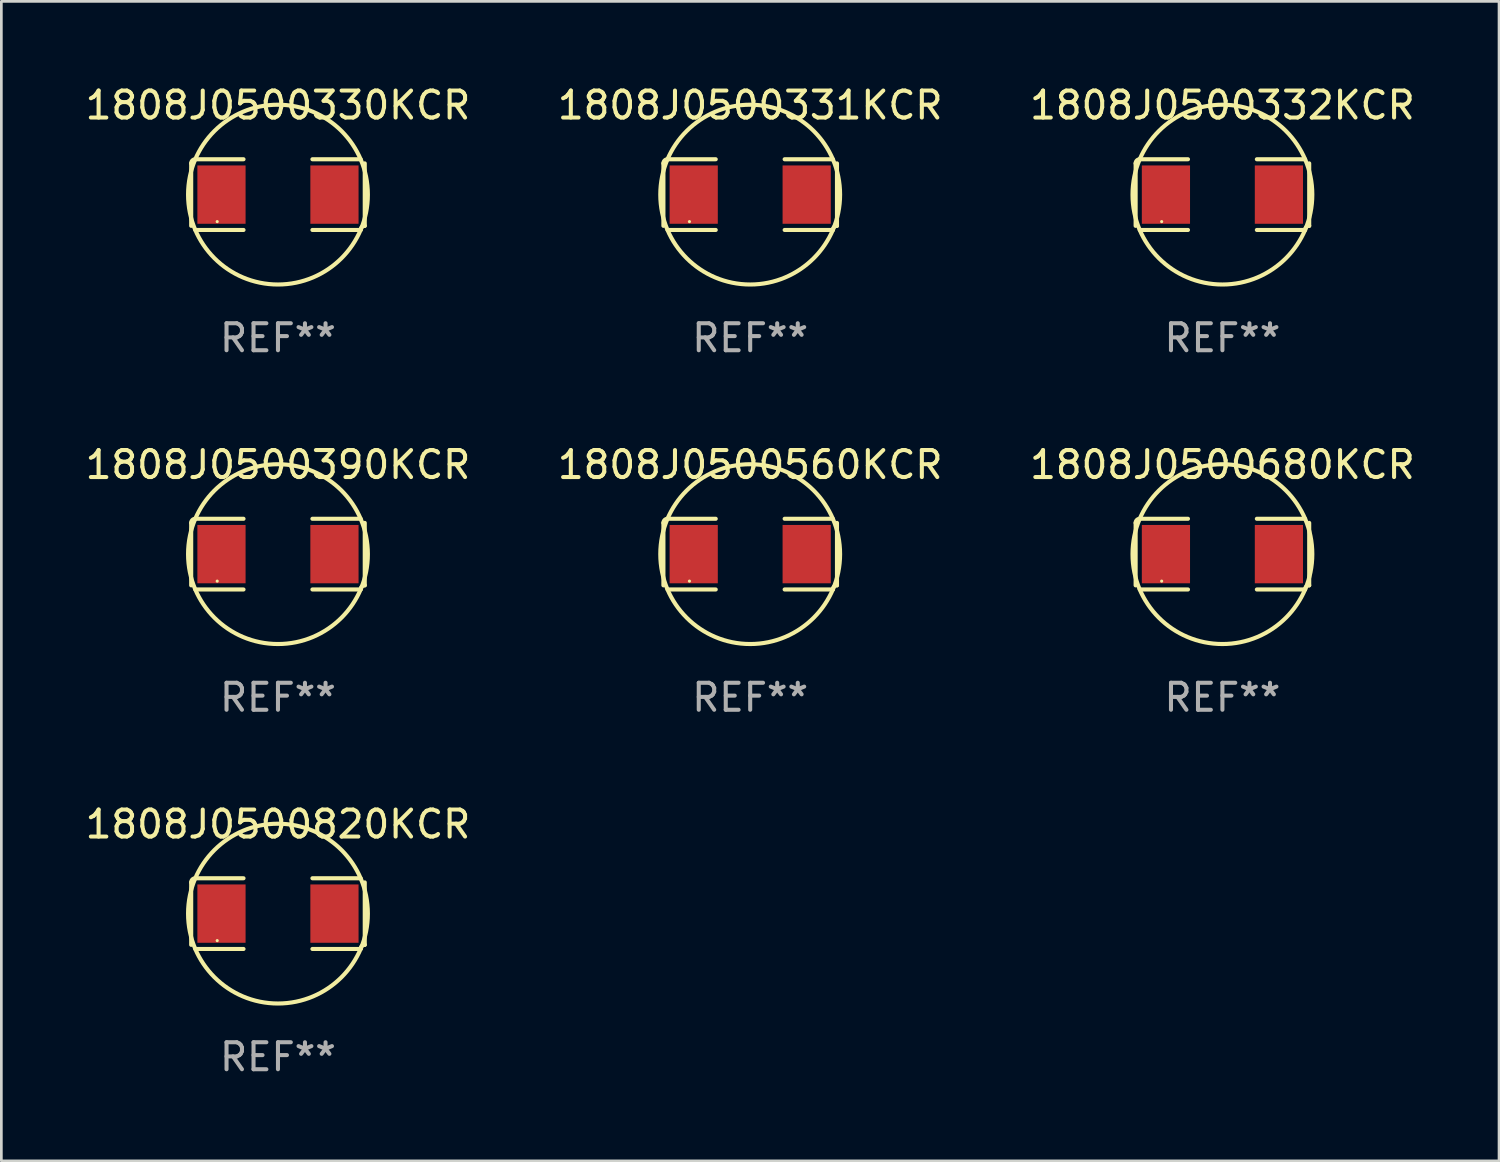
<source format=kicad_pcb>
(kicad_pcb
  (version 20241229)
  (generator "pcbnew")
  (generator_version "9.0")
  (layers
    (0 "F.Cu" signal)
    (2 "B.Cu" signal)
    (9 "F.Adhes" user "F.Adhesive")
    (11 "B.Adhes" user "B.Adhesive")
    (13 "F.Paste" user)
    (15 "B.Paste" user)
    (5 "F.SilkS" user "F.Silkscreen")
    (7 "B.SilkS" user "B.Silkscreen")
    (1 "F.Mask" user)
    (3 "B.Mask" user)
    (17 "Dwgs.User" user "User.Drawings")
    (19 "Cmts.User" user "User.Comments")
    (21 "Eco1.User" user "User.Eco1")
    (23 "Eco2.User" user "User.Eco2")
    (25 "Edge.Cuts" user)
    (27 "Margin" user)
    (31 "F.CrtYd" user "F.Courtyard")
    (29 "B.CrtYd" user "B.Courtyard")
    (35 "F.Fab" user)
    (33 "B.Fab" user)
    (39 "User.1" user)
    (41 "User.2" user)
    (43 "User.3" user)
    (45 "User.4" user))
  (footprint "1808J0500330KCR"
    (layer "F.Cu")
    (at 7.244 4.157)
    (property "Reference" "1808J0500330KCR" (at 0 -3.309 0) (layer "F.SilkS") (effects (font (size 1 1) (thickness 0.15))))
    (attr through_hole)
    (fp_line (start -3.214 -1.156) (end -3.214 1.156) (stroke (width 0.152) (type solid)) (layer "F.SilkS"))
    (fp_line (start -3.061 1.309) (end -1.276 1.309) (stroke (width 0.152) (type solid)) (layer "F.SilkS"))
    (fp_line (start -1.276 -1.309) (end -3.061 -1.309) (stroke (width 0.152) (type solid)) (layer "F.SilkS"))
    (fp_line (start 1.276 -1.309) (end 3.061 -1.309) (stroke (width 0.152) (type solid)) (layer "F.SilkS"))
    (fp_line (start 3.061 1.309) (end 1.276 1.309) (stroke (width 0.152) (type solid)) (layer "F.SilkS"))
    (fp_line (start 3.214 -1.156) (end 3.214 1.156) (stroke (width 0.152) (type solid)) (layer "F.SilkS"))
    (fp_arc (start -3.21359 -1.15621) (mid -3.168953 -1.263974) (end -3.061189 -1.308611) (stroke (width 0.1524) (type solid)) (layer "F.SilkS"))
    (fp_arc (start 3.061188 1.308611) (mid 3.105825 1.200847) (end 3.213589 1.15621) (stroke (width 0.1524) (type solid)) (layer "F.SilkS"))
    (fp_arc (start 3.061189 -1.308611) (mid -3.061167 1.308589) (end 3.061189 -1.308611) (stroke (width 0.1524) (type solid)) (layer "F.SilkS"))
    (fp_circle (center -2.25 1) (end -2.22 1) (stroke (width 0.06) (type solid)) (fill no) (layer "F.SilkS"))
    (fp_text user "REF**" (at 0 5.309 0) (layer "F.Fab") (effects (font (size 1 1) (thickness 0.15))))
    (pad "1" smd rect (at -2.092 0) (size 1.785 2.16) (layers "F.Cu" "F.Mask" "F.Paste"))
    (pad "2" smd rect (at 2.092 0) (size 1.785 2.16) (layers "F.Cu" "F.Mask" "F.Paste")))
  (footprint "1808J0500680KCR"
    (layer "F.Cu")
    (at 42.22 17.471)
    (property "Reference" "1808J0500680KCR" (at 0 -3.309 0) (layer "F.SilkS") (effects (font (size 1 1) (thickness 0.15))))
    (attr through_hole)
    (fp_line (start -3.214 -1.156) (end -3.214 1.156) (stroke (width 0.152) (type solid)) (layer "F.SilkS"))
    (fp_line (start -3.061 1.309) (end -1.276 1.309) (stroke (width 0.152) (type solid)) (layer "F.SilkS"))
    (fp_line (start -1.276 -1.309) (end -3.061 -1.309) (stroke (width 0.152) (type solid)) (layer "F.SilkS"))
    (fp_line (start 1.276 -1.309) (end 3.061 -1.309) (stroke (width 0.152) (type solid)) (layer "F.SilkS"))
    (fp_line (start 3.061 1.309) (end 1.276 1.309) (stroke (width 0.152) (type solid)) (layer "F.SilkS"))
    (fp_line (start 3.214 -1.156) (end 3.214 1.156) (stroke (width 0.152) (type solid)) (layer "F.SilkS"))
    (fp_arc (start -3.21359 -1.15621) (mid -3.168953 -1.263974) (end -3.061189 -1.308611) (stroke (width 0.1524) (type solid)) (layer "F.SilkS"))
    (fp_arc (start 3.061188 1.308611) (mid 3.105825 1.200847) (end 3.213589 1.15621) (stroke (width 0.1524) (type solid)) (layer "F.SilkS"))
    (fp_arc (start 3.061189 -1.308611) (mid -3.061167 1.308589) (end 3.061189 -1.308611) (stroke (width 0.1524) (type solid)) (layer "F.SilkS"))
    (fp_circle (center -2.25 1) (end -2.22 1) (stroke (width 0.06) (type solid)) (fill no) (layer "F.SilkS"))
    (fp_text user "REF**" (at 0 5.309 0) (layer "F.Fab") (effects (font (size 1 1) (thickness 0.15))))
    (pad "1" smd rect (at -2.092 0) (size 1.785 2.16) (layers "F.Cu" "F.Mask" "F.Paste"))
    (pad "2" smd rect (at 2.092 0) (size 1.785 2.16) (layers "F.Cu" "F.Mask" "F.Paste")))
  (footprint "1808J0500390KCR"
    (layer "F.Cu")
    (at 7.244 17.471)
    (property "Reference" "1808J0500390KCR" (at 0 -3.309 0) (layer "F.SilkS") (effects (font (size 1 1) (thickness 0.15))))
    (attr through_hole)
    (fp_line (start -3.214 -1.156) (end -3.214 1.156) (stroke (width 0.152) (type solid)) (layer "F.SilkS"))
    (fp_line (start -3.061 1.309) (end -1.276 1.309) (stroke (width 0.152) (type solid)) (layer "F.SilkS"))
    (fp_line (start -1.276 -1.309) (end -3.061 -1.309) (stroke (width 0.152) (type solid)) (layer "F.SilkS"))
    (fp_line (start 1.276 -1.309) (end 3.061 -1.309) (stroke (width 0.152) (type solid)) (layer "F.SilkS"))
    (fp_line (start 3.061 1.309) (end 1.276 1.309) (stroke (width 0.152) (type solid)) (layer "F.SilkS"))
    (fp_line (start 3.214 -1.156) (end 3.214 1.156) (stroke (width 0.152) (type solid)) (layer "F.SilkS"))
    (fp_arc (start -3.21359 -1.15621) (mid -3.168953 -1.263974) (end -3.061189 -1.308611) (stroke (width 0.1524) (type solid)) (layer "F.SilkS"))
    (fp_arc (start 3.061188 1.308611) (mid 3.105825 1.200847) (end 3.213589 1.15621) (stroke (width 0.1524) (type solid)) (layer "F.SilkS"))
    (fp_arc (start 3.061189 -1.308611) (mid -3.061167 1.308589) (end 3.061189 -1.308611) (stroke (width 0.1524) (type solid)) (layer "F.SilkS"))
    (fp_circle (center -2.25 1) (end -2.22 1) (stroke (width 0.06) (type solid)) (fill no) (layer "F.SilkS"))
    (fp_text user "REF**" (at 0 5.309 0) (layer "F.Fab") (effects (font (size 1 1) (thickness 0.15))))
    (pad "1" smd rect (at -2.092 0) (size 1.785 2.16) (layers "F.Cu" "F.Mask" "F.Paste"))
    (pad "2" smd rect (at 2.092 0) (size 1.785 2.16) (layers "F.Cu" "F.Mask" "F.Paste")))
  (footprint "1808J0500331KCR"
    (layer "F.Cu")
    (at 24.732 4.157)
    (property "Reference" "1808J0500331KCR" (at 0 -3.309 0) (layer "F.SilkS") (effects (font (size 1 1) (thickness 0.15))))
    (attr through_hole)
    (fp_line (start -3.214 -1.156) (end -3.214 1.156) (stroke (width 0.152) (type solid)) (layer "F.SilkS"))
    (fp_line (start -3.061 1.309) (end -1.276 1.309) (stroke (width 0.152) (type solid)) (layer "F.SilkS"))
    (fp_line (start -1.276 -1.309) (end -3.061 -1.309) (stroke (width 0.152) (type solid)) (layer "F.SilkS"))
    (fp_line (start 1.276 -1.309) (end 3.061 -1.309) (stroke (width 0.152) (type solid)) (layer "F.SilkS"))
    (fp_line (start 3.061 1.309) (end 1.276 1.309) (stroke (width 0.152) (type solid)) (layer "F.SilkS"))
    (fp_line (start 3.214 -1.156) (end 3.214 1.156) (stroke (width 0.152) (type solid)) (layer "F.SilkS"))
    (fp_arc (start -3.21359 -1.15621) (mid -3.168953 -1.263974) (end -3.061189 -1.308611) (stroke (width 0.1524) (type solid)) (layer "F.SilkS"))
    (fp_arc (start 3.061188 1.308611) (mid 3.105825 1.200847) (end 3.213589 1.15621) (stroke (width 0.1524) (type solid)) (layer "F.SilkS"))
    (fp_arc (start 3.061189 -1.308611) (mid -3.061167 1.308589) (end 3.061189 -1.308611) (stroke (width 0.1524) (type solid)) (layer "F.SilkS"))
    (fp_circle (center -2.25 1) (end -2.22 1) (stroke (width 0.06) (type solid)) (fill no) (layer "F.SilkS"))
    (fp_text user "REF**" (at 0 5.309 0) (layer "F.Fab") (effects (font (size 1 1) (thickness 0.15))))
    (pad "1" smd rect (at -2.092 0) (size 1.785 2.16) (layers "F.Cu" "F.Mask" "F.Paste"))
    (pad "2" smd rect (at 2.092 0) (size 1.785 2.16) (layers "F.Cu" "F.Mask" "F.Paste")))
  (footprint "1808J0500820KCR"
    (layer "F.Cu")
    (at 7.244 30.784)
    (property "Reference" "1808J0500820KCR" (at 0 -3.309 0) (layer "F.SilkS") (effects (font (size 1 1) (thickness 0.15))))
    (attr through_hole)
    (fp_line (start -3.214 -1.156) (end -3.214 1.156) (stroke (width 0.152) (type solid)) (layer "F.SilkS"))
    (fp_line (start -3.061 1.309) (end -1.276 1.309) (stroke (width 0.152) (type solid)) (layer "F.SilkS"))
    (fp_line (start -1.276 -1.309) (end -3.061 -1.309) (stroke (width 0.152) (type solid)) (layer "F.SilkS"))
    (fp_line (start 1.276 -1.309) (end 3.061 -1.309) (stroke (width 0.152) (type solid)) (layer "F.SilkS"))
    (fp_line (start 3.061 1.309) (end 1.276 1.309) (stroke (width 0.152) (type solid)) (layer "F.SilkS"))
    (fp_line (start 3.214 -1.156) (end 3.214 1.156) (stroke (width 0.152) (type solid)) (layer "F.SilkS"))
    (fp_arc (start -3.21359 -1.15621) (mid -3.168953 -1.263974) (end -3.061189 -1.308611) (stroke (width 0.1524) (type solid)) (layer "F.SilkS"))
    (fp_arc (start 3.061188 1.308611) (mid 3.105825 1.200847) (end 3.213589 1.15621) (stroke (width 0.1524) (type solid)) (layer "F.SilkS"))
    (fp_arc (start 3.061189 -1.308611) (mid -3.061167 1.308589) (end 3.061189 -1.308611) (stroke (width 0.1524) (type solid)) (layer "F.SilkS"))
    (fp_circle (center -2.25 1) (end -2.22 1) (stroke (width 0.06) (type solid)) (fill no) (layer "F.SilkS"))
    (fp_text user "REF**" (at 0 5.309 0) (layer "F.Fab") (effects (font (size 1 1) (thickness 0.15))))
    (pad "1" smd rect (at -2.092 0) (size 1.785 2.16) (layers "F.Cu" "F.Mask" "F.Paste"))
    (pad "2" smd rect (at 2.092 0) (size 1.785 2.16) (layers "F.Cu" "F.Mask" "F.Paste")))
  (footprint "1808J0500332KCR"
    (layer "F.Cu")
    (at 42.22 4.157)
    (property "Reference" "1808J0500332KCR" (at 0 -3.309 0) (layer "F.SilkS") (effects (font (size 1 1) (thickness 0.15))))
    (attr through_hole)
    (fp_line (start -3.214 -1.156) (end -3.214 1.156) (stroke (width 0.152) (type solid)) (layer "F.SilkS"))
    (fp_line (start -3.061 1.309) (end -1.276 1.309) (stroke (width 0.152) (type solid)) (layer "F.SilkS"))
    (fp_line (start -1.276 -1.309) (end -3.061 -1.309) (stroke (width 0.152) (type solid)) (layer "F.SilkS"))
    (fp_line (start 1.276 -1.309) (end 3.061 -1.309) (stroke (width 0.152) (type solid)) (layer "F.SilkS"))
    (fp_line (start 3.061 1.309) (end 1.276 1.309) (stroke (width 0.152) (type solid)) (layer "F.SilkS"))
    (fp_line (start 3.214 -1.156) (end 3.214 1.156) (stroke (width 0.152) (type solid)) (layer "F.SilkS"))
    (fp_arc (start -3.21359 -1.15621) (mid -3.168953 -1.263974) (end -3.061189 -1.308611) (stroke (width 0.1524) (type solid)) (layer "F.SilkS"))
    (fp_arc (start 3.061188 1.308611) (mid 3.105825 1.200847) (end 3.213589 1.15621) (stroke (width 0.1524) (type solid)) (layer "F.SilkS"))
    (fp_arc (start 3.061189 -1.308611) (mid -3.061167 1.308589) (end 3.061189 -1.308611) (stroke (width 0.1524) (type solid)) (layer "F.SilkS"))
    (fp_circle (center -2.25 1) (end -2.22 1) (stroke (width 0.06) (type solid)) (fill no) (layer "F.SilkS"))
    (fp_text user "REF**" (at 0 5.309 0) (layer "F.Fab") (effects (font (size 1 1) (thickness 0.15))))
    (pad "1" smd rect (at -2.092 0) (size 1.785 2.16) (layers "F.Cu" "F.Mask" "F.Paste"))
    (pad "2" smd rect (at 2.092 0) (size 1.785 2.16) (layers "F.Cu" "F.Mask" "F.Paste")))
  (footprint "1808J0500560KCR"
    (layer "F.Cu")
    (at 24.732 17.471)
    (property "Reference" "1808J0500560KCR" (at 0 -3.309 0) (layer "F.SilkS") (effects (font (size 1 1) (thickness 0.15))))
    (attr through_hole)
    (fp_line (start -3.214 -1.156) (end -3.214 1.156) (stroke (width 0.152) (type solid)) (layer "F.SilkS"))
    (fp_line (start -3.061 1.309) (end -1.276 1.309) (stroke (width 0.152) (type solid)) (layer "F.SilkS"))
    (fp_line (start -1.276 -1.309) (end -3.061 -1.309) (stroke (width 0.152) (type solid)) (layer "F.SilkS"))
    (fp_line (start 1.276 -1.309) (end 3.061 -1.309) (stroke (width 0.152) (type solid)) (layer "F.SilkS"))
    (fp_line (start 3.061 1.309) (end 1.276 1.309) (stroke (width 0.152) (type solid)) (layer "F.SilkS"))
    (fp_line (start 3.214 -1.156) (end 3.214 1.156) (stroke (width 0.152) (type solid)) (layer "F.SilkS"))
    (fp_arc (start -3.21359 -1.15621) (mid -3.168953 -1.263974) (end -3.061189 -1.308611) (stroke (width 0.1524) (type solid)) (layer "F.SilkS"))
    (fp_arc (start 3.061188 1.308611) (mid 3.105825 1.200847) (end 3.213589 1.15621) (stroke (width 0.1524) (type solid)) (layer "F.SilkS"))
    (fp_arc (start 3.061189 -1.308611) (mid -3.061167 1.308589) (end 3.061189 -1.308611) (stroke (width 0.1524) (type solid)) (layer "F.SilkS"))
    (fp_circle (center -2.25 1) (end -2.22 1) (stroke (width 0.06) (type solid)) (fill no) (layer "F.SilkS"))
    (fp_text user "REF**" (at 0 5.309 0) (layer "F.Fab") (effects (font (size 1 1) (thickness 0.15))))
    (pad "1" smd rect (at -2.092 0) (size 1.785 2.16) (layers "F.Cu" "F.Mask" "F.Paste"))
    (pad "2" smd rect (at 2.092 0) (size 1.785 2.16) (layers "F.Cu" "F.Mask" "F.Paste")))
  (gr_rect
    (start -3 -3)
    (end 52.464 39.941)
    (stroke (width 0.1) (type default))
    (fill no)
    (layer "Edge.Cuts")))
</source>
